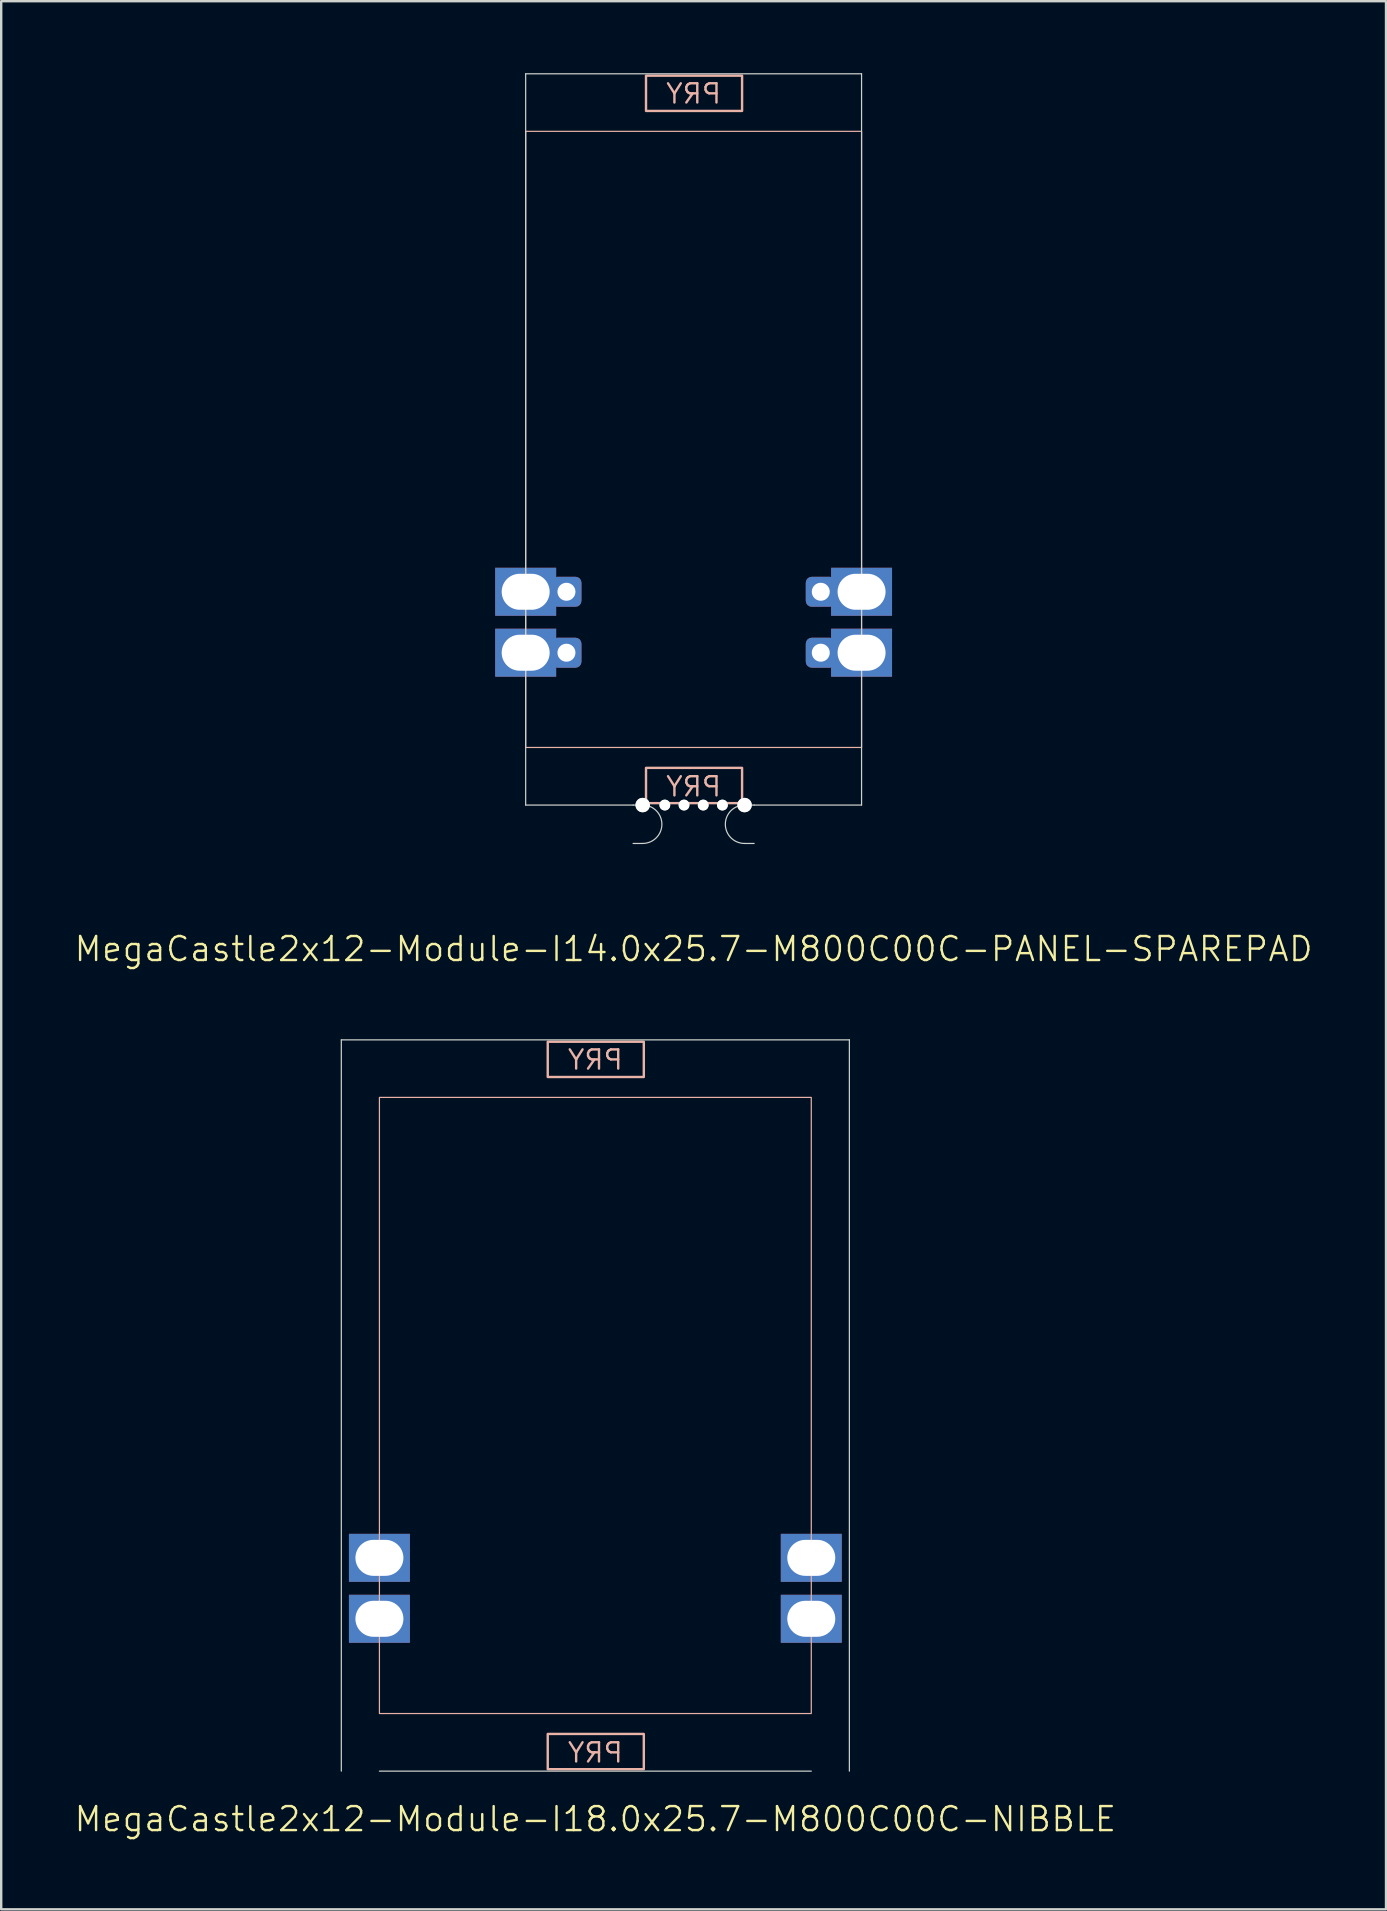
<source format=kicad_pcb>
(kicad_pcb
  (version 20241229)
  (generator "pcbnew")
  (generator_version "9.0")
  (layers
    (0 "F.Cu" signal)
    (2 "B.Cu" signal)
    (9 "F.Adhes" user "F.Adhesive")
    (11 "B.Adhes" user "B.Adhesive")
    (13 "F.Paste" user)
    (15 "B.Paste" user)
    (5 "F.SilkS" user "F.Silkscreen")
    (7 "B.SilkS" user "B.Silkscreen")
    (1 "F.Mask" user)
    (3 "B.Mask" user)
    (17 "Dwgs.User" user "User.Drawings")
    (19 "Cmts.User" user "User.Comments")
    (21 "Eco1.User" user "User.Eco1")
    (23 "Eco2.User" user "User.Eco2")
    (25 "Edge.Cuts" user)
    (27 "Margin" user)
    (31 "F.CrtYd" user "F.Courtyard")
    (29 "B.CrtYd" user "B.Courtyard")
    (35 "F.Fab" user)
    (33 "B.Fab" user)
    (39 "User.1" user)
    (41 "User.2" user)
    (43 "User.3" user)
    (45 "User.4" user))
  (footprint "MegaCastle2x12-Module-I14.0x25.7-M800C00C-PANEL-SPAREPAD"
    (layer "F.Cu")
    (at 25.86 15.265)
    (property "Reference" "MegaCastle2x12-Module-I14.0x25.7-M800C00C-PANEL-SPAREPAD" (at 0 21.24 0) (unlocked yes) (layer "F.SilkS") (effects (font (size 1 1) (thickness 0.1))))
    (attr smd)
    (fp_rect (start -7 12.84) (end 7 -12.84) (stroke (width 0.05) (type default)) (fill no) (layer "B.SilkS"))
    (fp_rect (start -1.984 -13.691) (end 2.02 -15.16) (stroke (width 0.1) (type default)) (fill no) (layer "B.SilkS"))
    (fp_rect (start -1.984 13.691) (end 2.02 15.16) (stroke (width 0.1) (type default)) (fill no) (layer "B.SilkS"))
    (fp_line (start -7 -15.24) (end -7 15.24) (stroke (width 0.05) (type default)) (layer "Edge.Cuts"))
    (fp_line (start -7 -15.24) (end 7 -15.24) (stroke (width 0.05) (type default)) (layer "Edge.Cuts"))
    (fp_line (start -7 15.24) (end -2.522 15.24) (stroke (width 0.05) (type default)) (layer "Edge.Cuts"))
    (fp_line (start -2.522 15.24) (end -2.123 15.24) (stroke (width 0.05) (type default)) (layer "Edge.Cuts"))
    (fp_line (start -2.522 16.84) (end -2.123 16.84) (stroke (width 0.05) (type default)) (layer "Edge.Cuts"))
    (fp_line (start 2.522 15.24) (end 2.123 15.24) (stroke (width 0.05) (type default)) (layer "Edge.Cuts"))
    (fp_line (start 2.522 15.24) (end 7 15.24) (stroke (width 0.05) (type default)) (layer "Edge.Cuts"))
    (fp_line (start 2.522 16.84) (end 2.123 16.84) (stroke (width 0.05) (type default)) (layer "Edge.Cuts"))
    (fp_line (start 7 -15.24) (end 7 15.24) (stroke (width 0.05) (type default)) (layer "Edge.Cuts"))
    (fp_arc (start -2.1225 15.24) (mid -1.3225 16.040001) (end -2.1225 16.84) (stroke (width 0.05) (type default)) (layer "Edge.Cuts"))
    (fp_arc (start 2.1225 16.84) (mid 1.3225 16.04) (end 2.1225 15.24) (stroke (width 0.05) (type default)) (layer "Edge.Cuts"))
    (fp_text user "PRY" (at 0 -13.94 0) (unlocked yes) (layer "B.SilkS") (effects (font (size 0.8 0.8) (thickness 0.1)) (justify bottom mirror)))
    (fp_text user "PRY" (at 0 14.94 0) (unlocked yes) (layer "B.SilkS") (effects (font (size 0.8 0.8) (thickness 0.1)) (justify bottom mirror)))
    (pad "" np_thru_hole circle (at -2.123 15.24) (size 0.6 0.6) (drill 0.6) (layers "*.Cu" "Edge.Cuts"))
    (pad "" np_thru_hole circle (at -1.2 15.24) (size 0.45 0.45) (drill 0.45) (layers "*.Cu" "Edge.Cuts"))
    (pad "" np_thru_hole circle (at -0.4 15.24) (size 0.45 0.45) (drill 0.45) (layers "*.Cu" "Edge.Cuts"))
    (pad "" np_thru_hole circle (at 0.4 15.24) (size 0.45 0.45) (drill 0.45) (layers "*.Cu" "Edge.Cuts"))
    (pad "" np_thru_hole circle (at 1.2 15.24) (size 0.45 0.45) (drill 0.45) (layers "*.Cu" "Edge.Cuts"))
    (pad "" np_thru_hole circle (at 2.123 15.24) (size 0.6 0.6) (drill 0.6) (layers "*.Cu" "Edge.Cuts"))
    (pad "9" thru_hole rect (at -7 6.35) (size 2.54 2) (drill oval 2 1.5) (property pad_prop_castellated) (layers "*.Cu" "*.Mask"))
    (pad "9" thru_hole roundrect (at -5.3 6.35 180) (size 1.25 1.25) (drill 0.75) (layers "*.Cu" "*.Mask") (roundrect_rratio 0.2))
    (pad "10" thru_hole rect (at -7 8.89) (size 2.54 2) (drill oval 2 1.5) (property pad_prop_castellated) (layers "*.Cu" "*.Mask"))
    (pad "10" thru_hole roundrect (at -5.3 8.89 180) (size 1.25 1.25) (drill 0.75) (layers "*.Cu" "*.Mask") (roundrect_rratio 0.2))
    (pad "21" thru_hole roundrect (at 5.3 6.35 180) (size 1.25 1.25) (drill 0.75) (layers "*.Cu" "*.Mask") (roundrect_rratio 0.2))
    (pad "21" thru_hole rect (at 7 6.35) (size 2.54 2) (drill oval 2 1.5) (property pad_prop_castellated) (layers "*.Cu" "*.Mask"))
    (pad "22" thru_hole roundrect (at 5.3 8.89 180) (size 1.25 1.25) (drill 0.75) (layers "*.Cu" "*.Mask") (roundrect_rratio 0.2))
    (pad "22" thru_hole rect (at 7 8.89) (size 2.54 2) (drill oval 2 1.5) (property pad_prop_castellated) (layers "*.Cu" "*.Mask"))
    (zone (net_name "") (layer "B.Cu") (hatch edge 0.5) (connect_pads) (min_thickness 0.25) (filled_areas_thickness no) (keepout (tracks allowed) (vias allowed) (pads allowed) (copperpour allowed) (footprints not_allowed)) (placement (enabled no)) (fill) (polygon (pts (xy 18.86 30.505) (xy 18.86 0.025))))
    (zone (net_name "") (layer "B.Cu") (hatch edge 0.5) (connect_pads) (min_thickness 0.25) (filled_areas_thickness no) (keepout (tracks allowed) (vias allowed) (pads allowed) (copperpour allowed) (footprints not_allowed)) (placement (enabled no)) (fill) (polygon (pts (xy 32.86 30.505) (xy 32.86 0.025))))
    (zone (net_name "") (layer "B.Cu") (hatch edge 0.5) (connect_pads) (min_thickness 0.25) (filled_areas_thickness no) (keepout (tracks allowed) (vias allowed) (pads allowed) (copperpour allowed) (footprints not_allowed)) (placement (enabled no)) (fill) (polygon (pts (xy 18.86 0.025) (xy 18.86 2.425) (xy 32.86 2.425) (xy 32.86 0.025))))
    (zone (net_name "") (layer "B.Cu") (hatch edge 0.5) (connect_pads) (min_thickness 0.25) (filled_areas_thickness no) (keepout (tracks allowed) (vias allowed) (pads allowed) (copperpour allowed) (footprints not_allowed)) (placement (enabled no)) (fill) (polygon (pts (xy 18.86 30.505) (xy 18.86 28.105) (xy 32.86 28.105) (xy 32.86 30.505))))
    (zone (net_name "") (layer "B.Cu") (name "Upper Pry Zone") (hatch edge 0.5) (connect_pads) (min_thickness 0.25) (filled_areas_thickness no) (keepout (tracks not_allowed) (vias not_allowed) (pads not_allowed) (copperpour allowed) (footprints not_allowed)) (placement (enabled no)) (fill) (polygon (pts (xy 23.875 1.574) (xy 23.875 0.105) (xy 27.879 0.105) (xy 27.879 1.574))))
    (zone (net_name "") (layer "B.Cu") (name "Upper Pry Zone") (hatch edge 0.5) (connect_pads) (min_thickness 0.25) (filled_areas_thickness no) (keepout (tracks not_allowed) (vias not_allowed) (pads not_allowed) (copperpour allowed) (footprints not_allowed)) (placement (enabled no)) (fill) (polygon (pts (xy 23.875 28.956) (xy 23.875 30.425) (xy 27.879 30.425) (xy 27.879 28.956)))))
  (footprint "MegaCastle2x12-Module-I18.0x25.7-M800C00C-NIBBLE"
    (layer "F.Cu")
    (at 21.764 55.531)
    (property "Reference" "MegaCastle2x12-Module-I18.0x25.7-M800C00C-NIBBLE" (at 0 17.24 0) (unlocked yes) (layer "F.SilkS") (effects (font (size 1 1) (thickness 0.1))))
    (attr smd)
    (fp_rect (start -9 12.84) (end 9 -12.84) (stroke (width 0.05) (type default)) (fill no) (layer "B.SilkS"))
    (fp_rect (start -1.984 -13.691) (end 2.02 -15.16) (stroke (width 0.1) (type default)) (fill no) (layer "B.SilkS"))
    (fp_rect (start -1.984 13.691) (end 2.02 15.16) (stroke (width 0.1) (type default)) (fill no) (layer "B.SilkS"))
    (fp_line (start -10.588 -15.24) (end -10.588 15.24) (stroke (width 0.05) (type default)) (layer "Edge.Cuts"))
    (fp_line (start -10.588 -15.24) (end 10.588 -15.24) (stroke (width 0.05) (type default)) (layer "Edge.Cuts"))
    (fp_line (start -9 15.24) (end 9 15.24) (stroke (width 0.05) (type default)) (layer "Edge.Cuts"))
    (fp_line (start 10.588 -15.24) (end 10.588 15.24) (stroke (width 0.05) (type default)) (layer "Edge.Cuts"))
    (fp_text user "PRY" (at 0 14.94 0) (unlocked yes) (layer "B.SilkS") (effects (font (size 0.8 0.8) (thickness 0.1)) (justify bottom mirror)))
    (fp_text user "PRY" (at 0 -13.94 0) (unlocked yes) (layer "B.SilkS") (effects (font (size 0.8 0.8) (thickness 0.1)) (justify bottom mirror)))
    (pad "9" thru_hole rect (at -9 6.35) (size 2.54 2) (drill oval 2 1.5) (property pad_prop_castellated) (layers "*.Cu" "*.Mask"))
    (pad "10" thru_hole rect (at -9 8.89) (size 2.54 2) (drill oval 2 1.5) (property pad_prop_castellated) (layers "*.Cu" "*.Mask"))
    (pad "21" thru_hole rect (at 9 6.35) (size 2.54 2) (drill oval 2 1.5) (property pad_prop_castellated) (layers "*.Cu" "*.Mask"))
    (pad "22" thru_hole rect (at 9 8.89) (size 2.54 2) (drill oval 2 1.5) (property pad_prop_castellated) (layers "*.Cu" "*.Mask"))
    (zone (net_name "") (layer "B.Cu") (hatch edge 0.5) (connect_pads) (min_thickness 0.25) (filled_areas_thickness no) (keepout (tracks allowed) (vias allowed) (pads allowed) (copperpour allowed) (footprints not_allowed)) (placement (enabled no)) (fill) (polygon (pts (xy 12.764 70.77) (xy 12.764 40.291))))
    (zone (net_name "") (layer "B.Cu") (hatch edge 0.5) (connect_pads) (min_thickness 0.25) (filled_areas_thickness no) (keepout (tracks allowed) (vias allowed) (pads allowed) (copperpour allowed) (footprints not_allowed)) (placement (enabled no)) (fill) (polygon (pts (xy 30.764 70.77) (xy 30.764 40.291))))
    (zone (net_name "") (layer "B.Cu") (hatch edge 0.5) (connect_pads) (min_thickness 0.25) (filled_areas_thickness no) (keepout (tracks allowed) (vias allowed) (pads allowed) (copperpour allowed) (footprints not_allowed)) (placement (enabled no)) (fill) (polygon (pts (xy 12.764 40.291) (xy 12.764 42.691) (xy 30.764 42.691) (xy 30.764 40.291))))
    (zone (net_name "") (layer "B.Cu") (hatch edge 0.5) (connect_pads) (min_thickness 0.25) (filled_areas_thickness no) (keepout (tracks allowed) (vias allowed) (pads allowed) (copperpour allowed) (footprints not_allowed)) (placement (enabled no)) (fill) (polygon (pts (xy 12.764 70.77) (xy 12.764 68.371) (xy 30.764 68.371) (xy 30.764 70.77))))
    (zone (net_name "") (layer "B.Cu") (name "Upper Pry Zone") (hatch edge 0.5) (connect_pads) (min_thickness 0.25) (filled_areas_thickness no) (keepout (tracks not_allowed) (vias not_allowed) (pads not_allowed) (copperpour allowed) (footprints not_allowed)) (placement (enabled no)) (fill) (polygon (pts (xy 19.78 41.839) (xy 19.78 40.37) (xy 23.784 40.37) (xy 23.784 41.839))))
    (zone (net_name "") (layer "B.Cu") (name "Upper Pry Zone") (hatch edge 0.5) (connect_pads) (min_thickness 0.25) (filled_areas_thickness no) (keepout (tracks not_allowed) (vias not_allowed) (pads not_allowed) (copperpour allowed) (footprints not_allowed)) (placement (enabled no)) (fill) (polygon (pts (xy 19.78 69.222) (xy 19.78 70.691) (xy 23.784 70.691) (xy 23.784 69.222)))))
  (gr_rect
    (start -3 -3)
    (end 54.719 76.531)
    (stroke (width 0.1) (type default))
    (fill no)
    (layer "Edge.Cuts")))
</source>
